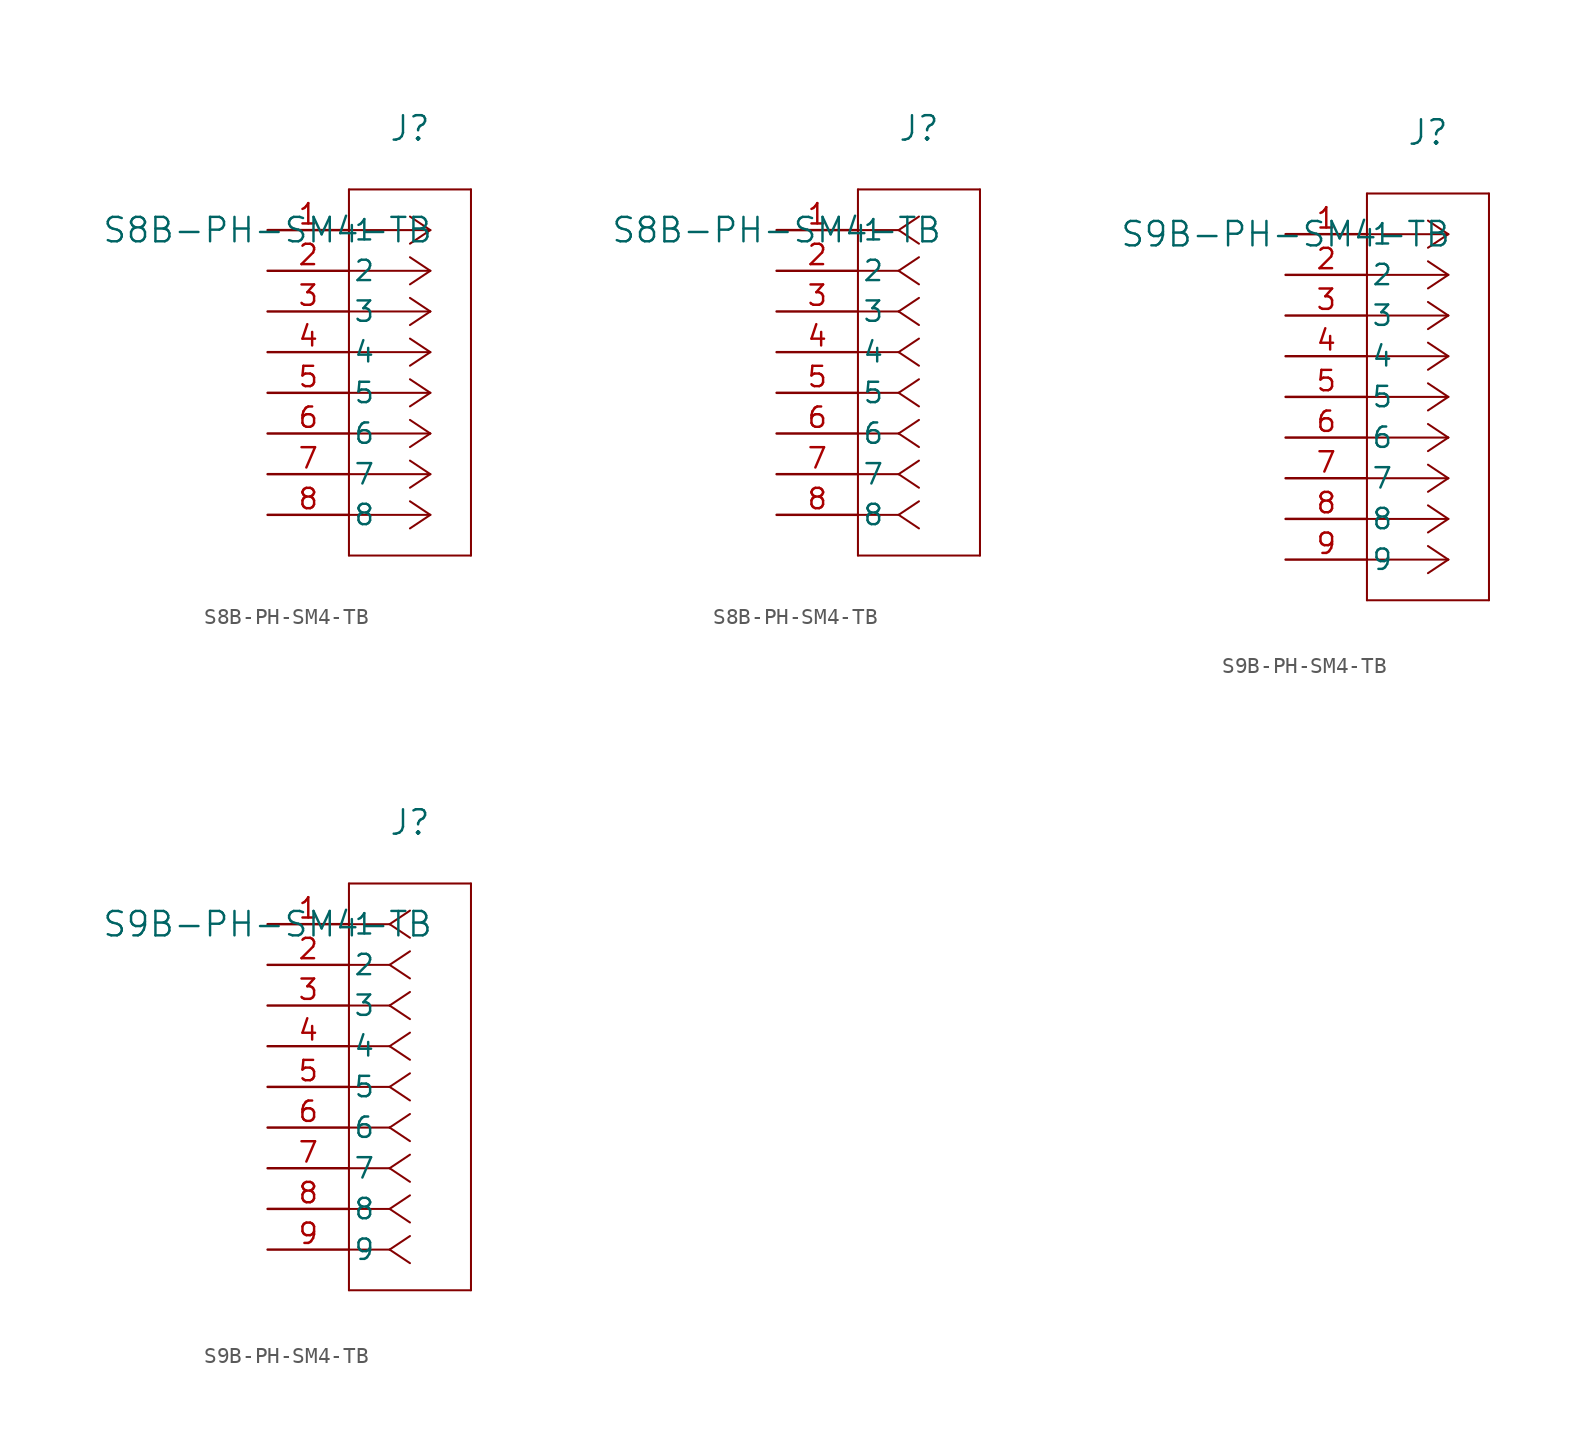
<source format=kicad_sym>
(kicad_symbol_lib
  (version 20220914)
  (generator kicad_symbol_editor)
  (symbol "S8B-PH-SM4-TB"
    (pin_names
      (offset 0.254))
    (property "Reference" "J"
      (at 8.89 6.35 0)
      (effects (font (size 1.524 1.524))))
    (property "Value" "S8B-PH-SM4-TB"
      (at 0 0 0)
      (effects (font (size 1.524 1.524))))
    (property "ki_locked" ""
      (at 0 0 0)
      (effects (font (size 1.27 1.27))))
    (symbol "S8B-PH-SM4-TB_1_1"
      (polyline (pts (xy 5.08 -20.32) (xy 12.7 -20.32)) (stroke (width 0.127) (type default)) (fill (type none)))
      (polyline (pts (xy 5.08 2.54) (xy 5.08 -20.32)) (stroke (width 0.127) (type default)) (fill (type none)))
      (polyline (pts (xy 10.16 -17.78) (xy 5.08 -17.78)) (stroke (width 0.127) (type default)) (fill (type none)))
      (polyline (pts (xy 10.16 -17.78) (xy 8.89 -18.627)) (stroke (width 0.127) (type default)) (fill (type none)))
      (polyline (pts (xy 10.16 -17.78) (xy 8.89 -16.933)) (stroke (width 0.127) (type default)) (fill (type none)))
      (polyline (pts (xy 10.16 -15.24) (xy 5.08 -15.24)) (stroke (width 0.127) (type default)) (fill (type none)))
      (polyline (pts (xy 10.16 -15.24) (xy 8.89 -16.087)) (stroke (width 0.127) (type default)) (fill (type none)))
      (polyline (pts (xy 10.16 -15.24) (xy 8.89 -14.393)) (stroke (width 0.127) (type default)) (fill (type none)))
      (polyline (pts (xy 10.16 -12.7) (xy 5.08 -12.7)) (stroke (width 0.127) (type default)) (fill (type none)))
      (polyline (pts (xy 10.16 -12.7) (xy 8.89 -13.547)) (stroke (width 0.127) (type default)) (fill (type none)))
      (polyline (pts (xy 10.16 -12.7) (xy 8.89 -11.853)) (stroke (width 0.127) (type default)) (fill (type none)))
      (polyline (pts (xy 10.16 -10.16) (xy 5.08 -10.16)) (stroke (width 0.127) (type default)) (fill (type none)))
      (polyline (pts (xy 10.16 -10.16) (xy 8.89 -11.007)) (stroke (width 0.127) (type default)) (fill (type none)))
      (polyline (pts (xy 10.16 -10.16) (xy 8.89 -9.313)) (stroke (width 0.127) (type default)) (fill (type none)))
      (polyline (pts (xy 10.16 -7.62) (xy 5.08 -7.62)) (stroke (width 0.127) (type default)) (fill (type none)))
      (polyline (pts (xy 10.16 -7.62) (xy 8.89 -8.467)) (stroke (width 0.127) (type default)) (fill (type none)))
      (polyline (pts (xy 10.16 -7.62) (xy 8.89 -6.773)) (stroke (width 0.127) (type default)) (fill (type none)))
      (polyline (pts (xy 10.16 -5.08) (xy 5.08 -5.08)) (stroke (width 0.127) (type default)) (fill (type none)))
      (polyline (pts (xy 10.16 -5.08) (xy 8.89 -5.927)) (stroke (width 0.127) (type default)) (fill (type none)))
      (polyline (pts (xy 10.16 -5.08) (xy 8.89 -4.233)) (stroke (width 0.127) (type default)) (fill (type none)))
      (polyline (pts (xy 10.16 -2.54) (xy 5.08 -2.54)) (stroke (width 0.127) (type default)) (fill (type none)))
      (polyline (pts (xy 10.16 -2.54) (xy 8.89 -3.387)) (stroke (width 0.127) (type default)) (fill (type none)))
      (polyline (pts (xy 10.16 -2.54) (xy 8.89 -1.693)) (stroke (width 0.127) (type default)) (fill (type none)))
      (polyline (pts (xy 10.16 0) (xy 5.08 0)) (stroke (width 0.127) (type default)) (fill (type none)))
      (polyline (pts (xy 10.16 0) (xy 8.89 -0.847)) (stroke (width 0.127) (type default)) (fill (type none)))
      (polyline (pts (xy 10.16 0) (xy 8.89 0.847)) (stroke (width 0.127) (type default)) (fill (type none)))
      (polyline (pts (xy 12.7 -20.32) (xy 12.7 2.54)) (stroke (width 0.127) (type default)) (fill (type none)))
      (polyline (pts (xy 12.7 2.54) (xy 5.08 2.54)) (stroke (width 0.127) (type default)) (fill (type none)))
      (pin unspecified line (at 0 0 0) (length 5.08) (name "1" (effects (font (size 1.27 1.27)))) (number "1" (effects (font (size 1.27 1.27)))))
      (pin unspecified line (at 0 -2.54 0) (length 5.08) (name "2" (effects (font (size 1.27 1.27)))) (number "2" (effects (font (size 1.27 1.27)))))
      (pin unspecified line (at 0 -5.08 0) (length 5.08) (name "3" (effects (font (size 1.27 1.27)))) (number "3" (effects (font (size 1.27 1.27)))))
      (pin unspecified line (at 0 -7.62 0) (length 5.08) (name "4" (effects (font (size 1.27 1.27)))) (number "4" (effects (font (size 1.27 1.27)))))
      (pin unspecified line (at 0 -10.16 0) (length 5.08) (name "5" (effects (font (size 1.27 1.27)))) (number "5" (effects (font (size 1.27 1.27)))))
      (pin unspecified line (at 0 -12.7 0) (length 5.08) (name "6" (effects (font (size 1.27 1.27)))) (number "6" (effects (font (size 1.27 1.27)))))
      (pin unspecified line (at 0 -15.24 0) (length 5.08) (name "7" (effects (font (size 1.27 1.27)))) (number "7" (effects (font (size 1.27 1.27)))))
      (pin unspecified line (at 0 -17.78 0) (length 5.08) (name "8" (effects (font (size 1.27 1.27)))) (number "8" (effects (font (size 1.27 1.27))))))
    (symbol "S8B-PH-SM4-TB_1_2"
      (polyline (pts (xy 5.08 -20.32) (xy 12.7 -20.32)) (stroke (width 0.127) (type default)) (fill (type none)))
      (polyline (pts (xy 5.08 2.54) (xy 5.08 -20.32)) (stroke (width 0.127) (type default)) (fill (type none)))
      (polyline (pts (xy 7.62 -17.78) (xy 5.08 -17.78)) (stroke (width 0.127) (type default)) (fill (type none)))
      (polyline (pts (xy 7.62 -17.78) (xy 8.89 -18.627)) (stroke (width 0.127) (type default)) (fill (type none)))
      (polyline (pts (xy 7.62 -17.78) (xy 8.89 -16.933)) (stroke (width 0.127) (type default)) (fill (type none)))
      (polyline (pts (xy 7.62 -15.24) (xy 5.08 -15.24)) (stroke (width 0.127) (type default)) (fill (type none)))
      (polyline (pts (xy 7.62 -15.24) (xy 8.89 -16.087)) (stroke (width 0.127) (type default)) (fill (type none)))
      (polyline (pts (xy 7.62 -15.24) (xy 8.89 -14.393)) (stroke (width 0.127) (type default)) (fill (type none)))
      (polyline (pts (xy 7.62 -12.7) (xy 5.08 -12.7)) (stroke (width 0.127) (type default)) (fill (type none)))
      (polyline (pts (xy 7.62 -12.7) (xy 8.89 -13.547)) (stroke (width 0.127) (type default)) (fill (type none)))
      (polyline (pts (xy 7.62 -12.7) (xy 8.89 -11.853)) (stroke (width 0.127) (type default)) (fill (type none)))
      (polyline (pts (xy 7.62 -10.16) (xy 5.08 -10.16)) (stroke (width 0.127) (type default)) (fill (type none)))
      (polyline (pts (xy 7.62 -10.16) (xy 8.89 -11.007)) (stroke (width 0.127) (type default)) (fill (type none)))
      (polyline (pts (xy 7.62 -10.16) (xy 8.89 -9.313)) (stroke (width 0.127) (type default)) (fill (type none)))
      (polyline (pts (xy 7.62 -7.62) (xy 5.08 -7.62)) (stroke (width 0.127) (type default)) (fill (type none)))
      (polyline (pts (xy 7.62 -7.62) (xy 8.89 -8.467)) (stroke (width 0.127) (type default)) (fill (type none)))
      (polyline (pts (xy 7.62 -7.62) (xy 8.89 -6.773)) (stroke (width 0.127) (type default)) (fill (type none)))
      (polyline (pts (xy 7.62 -5.08) (xy 5.08 -5.08)) (stroke (width 0.127) (type default)) (fill (type none)))
      (polyline (pts (xy 7.62 -5.08) (xy 8.89 -5.927)) (stroke (width 0.127) (type default)) (fill (type none)))
      (polyline (pts (xy 7.62 -5.08) (xy 8.89 -4.233)) (stroke (width 0.127) (type default)) (fill (type none)))
      (polyline (pts (xy 7.62 -2.54) (xy 5.08 -2.54)) (stroke (width 0.127) (type default)) (fill (type none)))
      (polyline (pts (xy 7.62 -2.54) (xy 8.89 -3.387)) (stroke (width 0.127) (type default)) (fill (type none)))
      (polyline (pts (xy 7.62 -2.54) (xy 8.89 -1.693)) (stroke (width 0.127) (type default)) (fill (type none)))
      (polyline (pts (xy 7.62 0) (xy 5.08 0)) (stroke (width 0.127) (type default)) (fill (type none)))
      (polyline (pts (xy 7.62 0) (xy 8.89 -0.847)) (stroke (width 0.127) (type default)) (fill (type none)))
      (polyline (pts (xy 7.62 0) (xy 8.89 0.847)) (stroke (width 0.127) (type default)) (fill (type none)))
      (polyline (pts (xy 12.7 -20.32) (xy 12.7 2.54)) (stroke (width 0.127) (type default)) (fill (type none)))
      (polyline (pts (xy 12.7 2.54) (xy 5.08 2.54)) (stroke (width 0.127) (type default)) (fill (type none)))
      (pin unspecified line (at 0 0 0) (length 5.08) (name "1" (effects (font (size 1.27 1.27)))) (number "1" (effects (font (size 1.27 1.27)))))
      (pin unspecified line (at 0 -2.54 0) (length 5.08) (name "2" (effects (font (size 1.27 1.27)))) (number "2" (effects (font (size 1.27 1.27)))))
      (pin unspecified line (at 0 -5.08 0) (length 5.08) (name "3" (effects (font (size 1.27 1.27)))) (number "3" (effects (font (size 1.27 1.27)))))
      (pin unspecified line (at 0 -7.62 0) (length 5.08) (name "4" (effects (font (size 1.27 1.27)))) (number "4" (effects (font (size 1.27 1.27)))))
      (pin unspecified line (at 0 -10.16 0) (length 5.08) (name "5" (effects (font (size 1.27 1.27)))) (number "5" (effects (font (size 1.27 1.27)))))
      (pin unspecified line (at 0 -12.7 0) (length 5.08) (name "6" (effects (font (size 1.27 1.27)))) (number "6" (effects (font (size 1.27 1.27)))))
      (pin unspecified line (at 0 -15.24 0) (length 5.08) (name "7" (effects (font (size 1.27 1.27)))) (number "7" (effects (font (size 1.27 1.27)))))
      (pin unspecified line (at 0 -17.78 0) (length 5.08) (name "8" (effects (font (size 1.27 1.27)))) (number "8" (effects (font (size 1.27 1.27)))))))
  (symbol "S9B-PH-SM4-TB"
    (pin_names
      (offset 0.254))
    (property "Reference" "J"
      (at 8.89 6.35 0)
      (effects (font (size 1.524 1.524))))
    (property "Value" "S9B-PH-SM4-TB"
      (at 0 0 0)
      (effects (font (size 1.524 1.524))))
    (property "ki_locked" ""
      (at 0 0 0)
      (effects (font (size 1.27 1.27))))
    (symbol "S9B-PH-SM4-TB_1_1"
      (polyline (pts (xy 5.08 -22.86) (xy 12.7 -22.86)) (stroke (width 0.127) (type default)) (fill (type none)))
      (polyline (pts (xy 5.08 2.54) (xy 5.08 -22.86)) (stroke (width 0.127) (type default)) (fill (type none)))
      (polyline (pts (xy 10.16 -20.32) (xy 5.08 -20.32)) (stroke (width 0.127) (type default)) (fill (type none)))
      (polyline (pts (xy 10.16 -20.32) (xy 8.89 -21.167)) (stroke (width 0.127) (type default)) (fill (type none)))
      (polyline (pts (xy 10.16 -20.32) (xy 8.89 -19.473)) (stroke (width 0.127) (type default)) (fill (type none)))
      (polyline (pts (xy 10.16 -17.78) (xy 5.08 -17.78)) (stroke (width 0.127) (type default)) (fill (type none)))
      (polyline (pts (xy 10.16 -17.78) (xy 8.89 -18.627)) (stroke (width 0.127) (type default)) (fill (type none)))
      (polyline (pts (xy 10.16 -17.78) (xy 8.89 -16.933)) (stroke (width 0.127) (type default)) (fill (type none)))
      (polyline (pts (xy 10.16 -15.24) (xy 5.08 -15.24)) (stroke (width 0.127) (type default)) (fill (type none)))
      (polyline (pts (xy 10.16 -15.24) (xy 8.89 -16.087)) (stroke (width 0.127) (type default)) (fill (type none)))
      (polyline (pts (xy 10.16 -15.24) (xy 8.89 -14.393)) (stroke (width 0.127) (type default)) (fill (type none)))
      (polyline (pts (xy 10.16 -12.7) (xy 5.08 -12.7)) (stroke (width 0.127) (type default)) (fill (type none)))
      (polyline (pts (xy 10.16 -12.7) (xy 8.89 -13.547)) (stroke (width 0.127) (type default)) (fill (type none)))
      (polyline (pts (xy 10.16 -12.7) (xy 8.89 -11.853)) (stroke (width 0.127) (type default)) (fill (type none)))
      (polyline (pts (xy 10.16 -10.16) (xy 5.08 -10.16)) (stroke (width 0.127) (type default)) (fill (type none)))
      (polyline (pts (xy 10.16 -10.16) (xy 8.89 -11.007)) (stroke (width 0.127) (type default)) (fill (type none)))
      (polyline (pts (xy 10.16 -10.16) (xy 8.89 -9.313)) (stroke (width 0.127) (type default)) (fill (type none)))
      (polyline (pts (xy 10.16 -7.62) (xy 5.08 -7.62)) (stroke (width 0.127) (type default)) (fill (type none)))
      (polyline (pts (xy 10.16 -7.62) (xy 8.89 -8.467)) (stroke (width 0.127) (type default)) (fill (type none)))
      (polyline (pts (xy 10.16 -7.62) (xy 8.89 -6.773)) (stroke (width 0.127) (type default)) (fill (type none)))
      (polyline (pts (xy 10.16 -5.08) (xy 5.08 -5.08)) (stroke (width 0.127) (type default)) (fill (type none)))
      (polyline (pts (xy 10.16 -5.08) (xy 8.89 -5.927)) (stroke (width 0.127) (type default)) (fill (type none)))
      (polyline (pts (xy 10.16 -5.08) (xy 8.89 -4.233)) (stroke (width 0.127) (type default)) (fill (type none)))
      (polyline (pts (xy 10.16 -2.54) (xy 5.08 -2.54)) (stroke (width 0.127) (type default)) (fill (type none)))
      (polyline (pts (xy 10.16 -2.54) (xy 8.89 -3.387)) (stroke (width 0.127) (type default)) (fill (type none)))
      (polyline (pts (xy 10.16 -2.54) (xy 8.89 -1.693)) (stroke (width 0.127) (type default)) (fill (type none)))
      (polyline (pts (xy 10.16 0) (xy 5.08 0)) (stroke (width 0.127) (type default)) (fill (type none)))
      (polyline (pts (xy 10.16 0) (xy 8.89 -0.847)) (stroke (width 0.127) (type default)) (fill (type none)))
      (polyline (pts (xy 10.16 0) (xy 8.89 0.847)) (stroke (width 0.127) (type default)) (fill (type none)))
      (polyline (pts (xy 12.7 -22.86) (xy 12.7 2.54)) (stroke (width 0.127) (type default)) (fill (type none)))
      (polyline (pts (xy 12.7 2.54) (xy 5.08 2.54)) (stroke (width 0.127) (type default)) (fill (type none)))
      (pin unspecified line (at 0 0 0) (length 5.08) (name "1" (effects (font (size 1.27 1.27)))) (number "1" (effects (font (size 1.27 1.27)))))
      (pin unspecified line (at 0 -2.54 0) (length 5.08) (name "2" (effects (font (size 1.27 1.27)))) (number "2" (effects (font (size 1.27 1.27)))))
      (pin unspecified line (at 0 -5.08 0) (length 5.08) (name "3" (effects (font (size 1.27 1.27)))) (number "3" (effects (font (size 1.27 1.27)))))
      (pin unspecified line (at 0 -7.62 0) (length 5.08) (name "4" (effects (font (size 1.27 1.27)))) (number "4" (effects (font (size 1.27 1.27)))))
      (pin unspecified line (at 0 -10.16 0) (length 5.08) (name "5" (effects (font (size 1.27 1.27)))) (number "5" (effects (font (size 1.27 1.27)))))
      (pin unspecified line (at 0 -12.7 0) (length 5.08) (name "6" (effects (font (size 1.27 1.27)))) (number "6" (effects (font (size 1.27 1.27)))))
      (pin unspecified line (at 0 -15.24 0) (length 5.08) (name "7" (effects (font (size 1.27 1.27)))) (number "7" (effects (font (size 1.27 1.27)))))
      (pin unspecified line (at 0 -17.78 0) (length 5.08) (name "8" (effects (font (size 1.27 1.27)))) (number "8" (effects (font (size 1.27 1.27)))))
      (pin unspecified line (at 0 -20.32 0) (length 5.08) (name "9" (effects (font (size 1.27 1.27)))) (number "9" (effects (font (size 1.27 1.27))))))
    (symbol "S9B-PH-SM4-TB_1_2"
      (polyline (pts (xy 5.08 -22.86) (xy 12.7 -22.86)) (stroke (width 0.127) (type default)) (fill (type none)))
      (polyline (pts (xy 5.08 2.54) (xy 5.08 -22.86)) (stroke (width 0.127) (type default)) (fill (type none)))
      (polyline (pts (xy 7.62 -20.32) (xy 5.08 -20.32)) (stroke (width 0.127) (type default)) (fill (type none)))
      (polyline (pts (xy 7.62 -20.32) (xy 8.89 -21.167)) (stroke (width 0.127) (type default)) (fill (type none)))
      (polyline (pts (xy 7.62 -20.32) (xy 8.89 -19.473)) (stroke (width 0.127) (type default)) (fill (type none)))
      (polyline (pts (xy 7.62 -17.78) (xy 5.08 -17.78)) (stroke (width 0.127) (type default)) (fill (type none)))
      (polyline (pts (xy 7.62 -17.78) (xy 8.89 -18.627)) (stroke (width 0.127) (type default)) (fill (type none)))
      (polyline (pts (xy 7.62 -17.78) (xy 8.89 -16.933)) (stroke (width 0.127) (type default)) (fill (type none)))
      (polyline (pts (xy 7.62 -15.24) (xy 5.08 -15.24)) (stroke (width 0.127) (type default)) (fill (type none)))
      (polyline (pts (xy 7.62 -15.24) (xy 8.89 -16.087)) (stroke (width 0.127) (type default)) (fill (type none)))
      (polyline (pts (xy 7.62 -15.24) (xy 8.89 -14.393)) (stroke (width 0.127) (type default)) (fill (type none)))
      (polyline (pts (xy 7.62 -12.7) (xy 5.08 -12.7)) (stroke (width 0.127) (type default)) (fill (type none)))
      (polyline (pts (xy 7.62 -12.7) (xy 8.89 -13.547)) (stroke (width 0.127) (type default)) (fill (type none)))
      (polyline (pts (xy 7.62 -12.7) (xy 8.89 -11.853)) (stroke (width 0.127) (type default)) (fill (type none)))
      (polyline (pts (xy 7.62 -10.16) (xy 5.08 -10.16)) (stroke (width 0.127) (type default)) (fill (type none)))
      (polyline (pts (xy 7.62 -10.16) (xy 8.89 -11.007)) (stroke (width 0.127) (type default)) (fill (type none)))
      (polyline (pts (xy 7.62 -10.16) (xy 8.89 -9.313)) (stroke (width 0.127) (type default)) (fill (type none)))
      (polyline (pts (xy 7.62 -7.62) (xy 5.08 -7.62)) (stroke (width 0.127) (type default)) (fill (type none)))
      (polyline (pts (xy 7.62 -7.62) (xy 8.89 -8.467)) (stroke (width 0.127) (type default)) (fill (type none)))
      (polyline (pts (xy 7.62 -7.62) (xy 8.89 -6.773)) (stroke (width 0.127) (type default)) (fill (type none)))
      (polyline (pts (xy 7.62 -5.08) (xy 5.08 -5.08)) (stroke (width 0.127) (type default)) (fill (type none)))
      (polyline (pts (xy 7.62 -5.08) (xy 8.89 -5.927)) (stroke (width 0.127) (type default)) (fill (type none)))
      (polyline (pts (xy 7.62 -5.08) (xy 8.89 -4.233)) (stroke (width 0.127) (type default)) (fill (type none)))
      (polyline (pts (xy 7.62 -2.54) (xy 5.08 -2.54)) (stroke (width 0.127) (type default)) (fill (type none)))
      (polyline (pts (xy 7.62 -2.54) (xy 8.89 -3.387)) (stroke (width 0.127) (type default)) (fill (type none)))
      (polyline (pts (xy 7.62 -2.54) (xy 8.89 -1.693)) (stroke (width 0.127) (type default)) (fill (type none)))
      (polyline (pts (xy 7.62 0) (xy 5.08 0)) (stroke (width 0.127) (type default)) (fill (type none)))
      (polyline (pts (xy 7.62 0) (xy 8.89 -0.847)) (stroke (width 0.127) (type default)) (fill (type none)))
      (polyline (pts (xy 7.62 0) (xy 8.89 0.847)) (stroke (width 0.127) (type default)) (fill (type none)))
      (polyline (pts (xy 12.7 -22.86) (xy 12.7 2.54)) (stroke (width 0.127) (type default)) (fill (type none)))
      (polyline (pts (xy 12.7 2.54) (xy 5.08 2.54)) (stroke (width 0.127) (type default)) (fill (type none)))
      (pin unspecified line (at 0 0 0) (length 5.08) (name "1" (effects (font (size 1.27 1.27)))) (number "1" (effects (font (size 1.27 1.27)))))
      (pin unspecified line (at 0 -2.54 0) (length 5.08) (name "2" (effects (font (size 1.27 1.27)))) (number "2" (effects (font (size 1.27 1.27)))))
      (pin unspecified line (at 0 -5.08 0) (length 5.08) (name "3" (effects (font (size 1.27 1.27)))) (number "3" (effects (font (size 1.27 1.27)))))
      (pin unspecified line (at 0 -7.62 0) (length 5.08) (name "4" (effects (font (size 1.27 1.27)))) (number "4" (effects (font (size 1.27 1.27)))))
      (pin unspecified line (at 0 -10.16 0) (length 5.08) (name "5" (effects (font (size 1.27 1.27)))) (number "5" (effects (font (size 1.27 1.27)))))
      (pin unspecified line (at 0 -12.7 0) (length 5.08) (name "6" (effects (font (size 1.27 1.27)))) (number "6" (effects (font (size 1.27 1.27)))))
      (pin unspecified line (at 0 -15.24 0) (length 5.08) (name "7" (effects (font (size 1.27 1.27)))) (number "7" (effects (font (size 1.27 1.27)))))
      (pin unspecified line (at 0 -17.78 0) (length 5.08) (name "8" (effects (font (size 1.27 1.27)))) (number "8" (effects (font (size 1.27 1.27)))))
      (pin unspecified line (at 0 -20.32 0) (length 5.08) (name "9" (effects (font (size 1.27 1.27)))) (number "9" (effects (font (size 1.27 1.27))))))))
</source>
